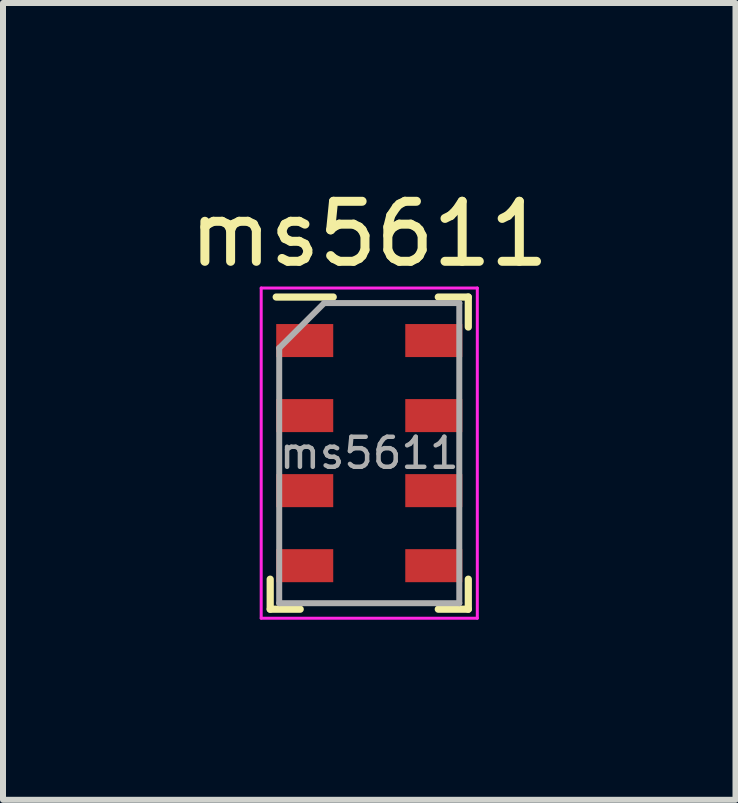
<source format=kicad_pcb>
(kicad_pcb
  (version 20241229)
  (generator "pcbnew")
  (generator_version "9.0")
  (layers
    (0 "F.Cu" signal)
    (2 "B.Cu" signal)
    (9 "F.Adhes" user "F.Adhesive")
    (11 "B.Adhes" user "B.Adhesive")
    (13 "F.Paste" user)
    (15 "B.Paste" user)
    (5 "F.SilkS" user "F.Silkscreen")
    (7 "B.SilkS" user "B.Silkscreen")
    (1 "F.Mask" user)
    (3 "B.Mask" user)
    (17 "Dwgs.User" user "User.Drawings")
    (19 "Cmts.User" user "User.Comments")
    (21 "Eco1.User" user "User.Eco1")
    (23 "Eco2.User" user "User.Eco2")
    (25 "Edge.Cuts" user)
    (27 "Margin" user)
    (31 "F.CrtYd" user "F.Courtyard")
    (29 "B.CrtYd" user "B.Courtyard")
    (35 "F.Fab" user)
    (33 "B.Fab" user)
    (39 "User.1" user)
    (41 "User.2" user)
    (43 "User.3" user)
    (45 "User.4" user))
  (footprint "ms5611"
    (layer "F.Cu")
    (at 3.101 4.498)
    (property "Reference" "ms5611" (at 0 -3.65 0) (layer "F.SilkS") (effects (font (size 1 1) (thickness 0.15))))
    (attr smd)
    (fp_line (start -1.65 2.6) (end -1.65 2.1) (stroke (width 0.12) (type solid)) (layer "F.SilkS"))
    (fp_line (start -1.55 -2.6) (end -0.6 -2.6) (stroke (width 0.12) (type solid)) (layer "F.SilkS"))
    (fp_line (start -1.15 2.6) (end -1.65 2.6) (stroke (width 0.12) (type solid)) (layer "F.SilkS"))
    (fp_line (start 1.15 -2.6) (end 1.65 -2.6) (stroke (width 0.12) (type solid)) (layer "F.SilkS"))
    (fp_line (start 1.65 -2.6) (end 1.65 -2.1) (stroke (width 0.12) (type solid)) (layer "F.SilkS"))
    (fp_line (start 1.65 2.1) (end 1.65 2.6) (stroke (width 0.12) (type solid)) (layer "F.SilkS"))
    (fp_line (start 1.65 2.6) (end 1.15 2.6) (stroke (width 0.12) (type solid)) (layer "F.SilkS"))
    (fp_line (start -1.8 -2.75) (end -1.8 2.75) (stroke (width 0.05) (type solid)) (layer "F.CrtYd"))
    (fp_line (start -1.8 -2.75) (end 1.8 -2.75) (stroke (width 0.05) (type solid)) (layer "F.CrtYd"))
    (fp_line (start 1.8 2.75) (end -1.8 2.75) (stroke (width 0.05) (type solid)) (layer "F.CrtYd"))
    (fp_line (start 1.8 2.75) (end 1.8 -2.75) (stroke (width 0.05) (type solid)) (layer "F.CrtYd"))
    (fp_line (start -1.5 -1.75) (end -0.75 -2.5) (stroke (width 0.1) (type solid)) (layer "F.Fab"))
    (fp_line (start -1.5 2.5) (end -1.5 -1.75) (stroke (width 0.1) (type solid)) (layer "F.Fab"))
    (fp_line (start -0.75 -2.5) (end 1.5 -2.5) (stroke (width 0.1) (type solid)) (layer "F.Fab"))
    (fp_line (start 1.5 -2.5) (end 1.5 2.5) (stroke (width 0.1) (type solid)) (layer "F.Fab"))
    (fp_line (start 1.5 2.5) (end -1.5 2.5) (stroke (width 0.1) (type solid)) (layer "F.Fab"))
    (fp_text user "${REFERENCE}" (at 0 0 0) (layer "F.Fab") (effects (font (size 0.5 0.5) (thickness 0.075))))
    (pad "1" smd rect (at -1.075 -1.875) (size 0.95 0.55) (layers "F.Cu" "F.Mask" "F.Paste"))
    (pad "2" smd rect (at -1.075 -0.625) (size 0.95 0.55) (layers "F.Cu" "F.Mask" "F.Paste"))
    (pad "3" smd rect (at -1.075 0.625) (size 0.95 0.55) (layers "F.Cu" "F.Mask" "F.Paste"))
    (pad "4" smd rect (at -1.075 1.875) (size 0.95 0.55) (layers "F.Cu" "F.Mask" "F.Paste"))
    (pad "5" smd rect (at 1.075 1.875) (size 0.95 0.55) (layers "F.Cu" "F.Mask" "F.Paste"))
    (pad "6" smd rect (at 1.075 0.625) (size 0.95 0.55) (layers "F.Cu" "F.Mask" "F.Paste"))
    (pad "7" smd rect (at 1.075 -0.625) (size 0.95 0.55) (layers "F.Cu" "F.Mask" "F.Paste"))
    (pad "8" smd rect (at 1.075 -1.875) (size 0.95 0.55) (layers "F.Cu" "F.Mask" "F.Paste")))
  (gr_rect
    (start -3 -3)
    (end 9.202 10.273)
    (stroke (width 0.1) (type default))
    (fill no)
    (layer "Edge.Cuts")))
</source>
